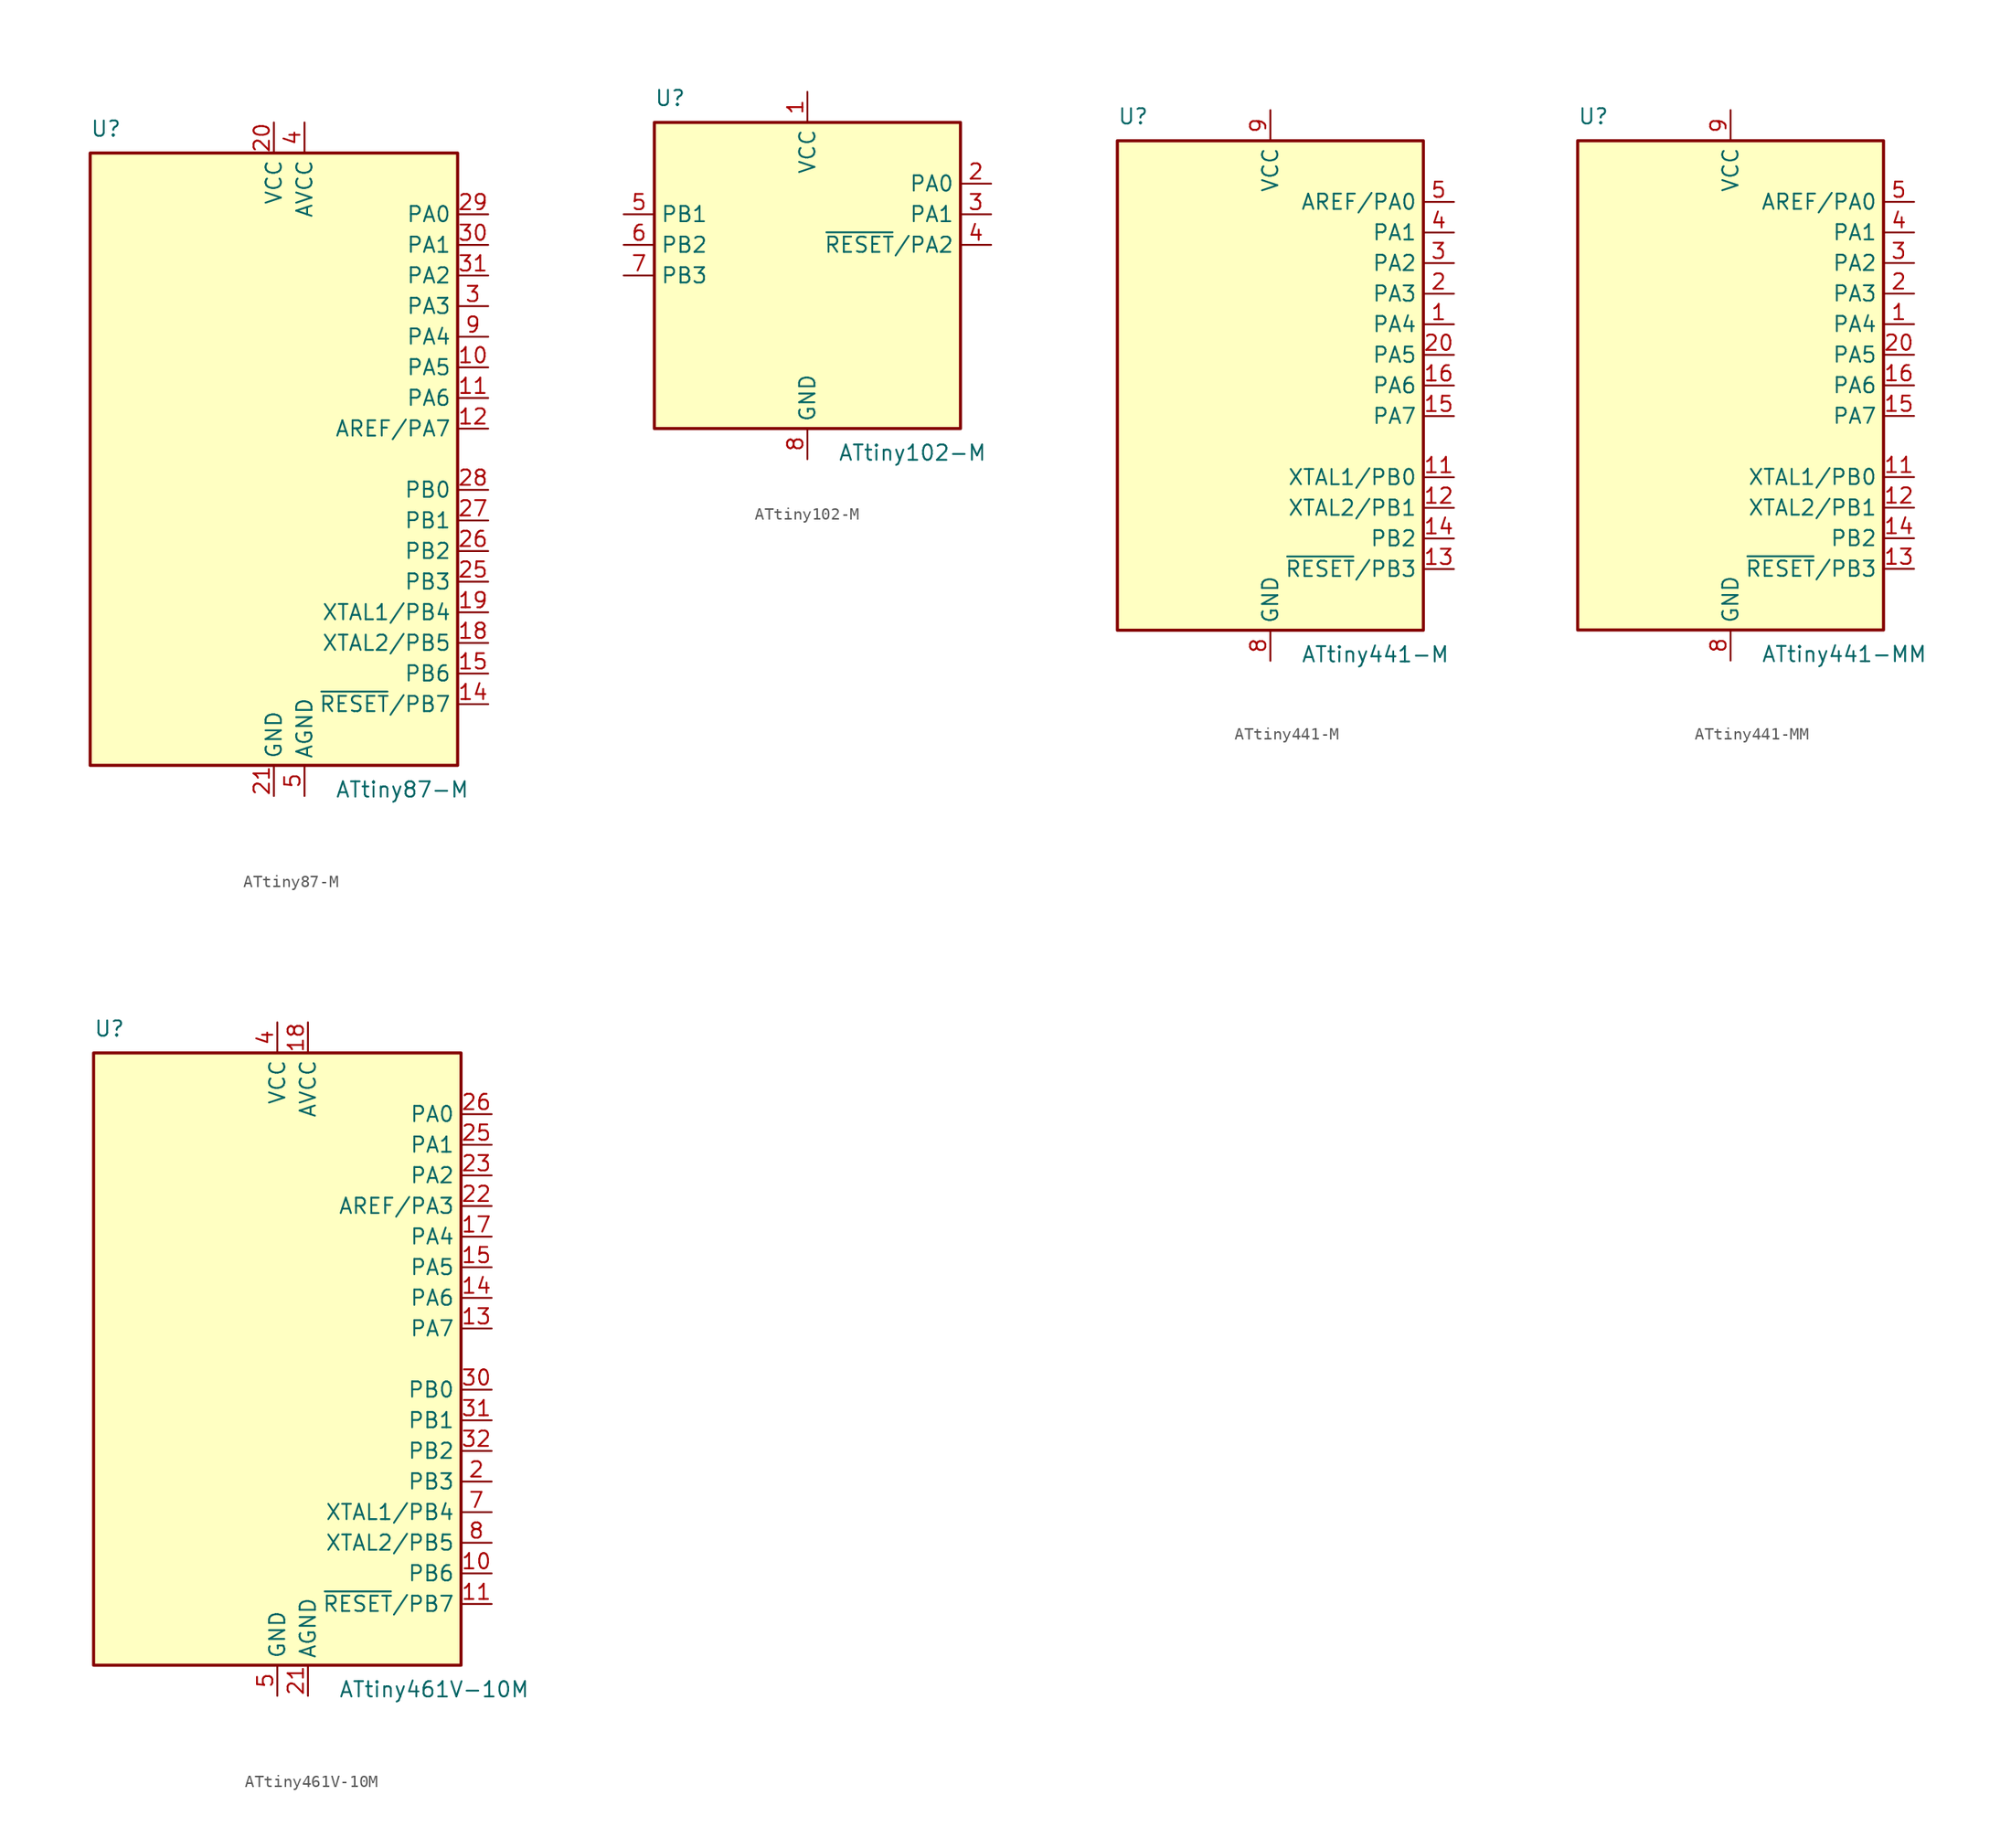
<source format=kicad_sym>
(kicad_symbol_lib
  (version 20200908)
  (generator kicad_symbol_editor)
  (symbol "MCU_Microchip_ATtiny:ATtiny87-M"
    (property "Reference" "U"
      (at -15.24 26.67 0)
      (effects (font (size 1.27 1.27)) (justify left bottom)))
    (property "Value" "ATtiny87-M"
      (at 5.08 -26.67 0)
      (effects (font (size 1.27 1.27)) (justify left top)))
    (symbol "ATtiny87-M_0_1"
      (rectangle (start -15.24 -25.4) (end 15.24 25.4) (stroke (width 0.254)) (fill (type background))))
    (symbol "ATtiny87-M_1_1"
      (pin unconnected line (at -15.24 5.08 0) (length 2.54) hide (name "NC" (effects (font (size 1.27 1.27)))) (number "1" (effects (font (size 1.27 1.27)))))
      (pin bidirectional line (at 17.78 7.62 180) (length 2.54) (name "PA5" (effects (font (size 1.27 1.27)))) (number "10" (effects (font (size 1.27 1.27)))))
      (pin bidirectional line (at 17.78 5.08 180) (length 2.54) (name "PA6" (effects (font (size 1.27 1.27)))) (number "11" (effects (font (size 1.27 1.27)))))
      (pin bidirectional line (at 17.78 2.54 180) (length 2.54) (name "AREF/PA7" (effects (font (size 1.27 1.27)))) (number "12" (effects (font (size 1.27 1.27)))))
      (pin unconnected line (at -15.24 -7.62 0) (length 2.54) hide (name "NC" (effects (font (size 1.27 1.27)))) (number "13" (effects (font (size 1.27 1.27)))))
      (pin bidirectional line (at 17.78 -20.32 180) (length 2.54) (name "~RESET~/PB7" (effects (font (size 1.27 1.27)))) (number "14" (effects (font (size 1.27 1.27)))))
      (pin bidirectional line (at 17.78 -17.78 180) (length 2.54) (name "PB6" (effects (font (size 1.27 1.27)))) (number "15" (effects (font (size 1.27 1.27)))))
      (pin unconnected line (at -15.24 -10.16 0) (length 2.54) hide (name "NC" (effects (font (size 1.27 1.27)))) (number "16" (effects (font (size 1.27 1.27)))))
      (pin unconnected line (at -15.24 -12.7 0) (length 2.54) hide (name "NC" (effects (font (size 1.27 1.27)))) (number "17" (effects (font (size 1.27 1.27)))))
      (pin bidirectional line (at 17.78 -15.24 180) (length 2.54) (name "XTAL2/PB5" (effects (font (size 1.27 1.27)))) (number "18" (effects (font (size 1.27 1.27)))))
      (pin bidirectional line (at 17.78 -12.7 180) (length 2.54) (name "XTAL1/PB4" (effects (font (size 1.27 1.27)))) (number "19" (effects (font (size 1.27 1.27)))))
      (pin unconnected line (at -15.24 2.54 0) (length 2.54) hide (name "NC" (effects (font (size 1.27 1.27)))) (number "2" (effects (font (size 1.27 1.27)))))
      (pin power_in line (at 0 27.94 270) (length 2.54) (name "VCC" (effects (font (size 1.27 1.27)))) (number "20" (effects (font (size 1.27 1.27)))))
      (pin power_in line (at 0 -27.94 90) (length 2.54) (name "GND" (effects (font (size 1.27 1.27)))) (number "21" (effects (font (size 1.27 1.27)))))
      (pin unconnected line (at -15.24 -15.24 0) (length 2.54) hide (name "NC" (effects (font (size 1.27 1.27)))) (number "22" (effects (font (size 1.27 1.27)))))
      (pin unconnected line (at -15.24 -17.78 0) (length 2.54) hide (name "NC" (effects (font (size 1.27 1.27)))) (number "23" (effects (font (size 1.27 1.27)))))
      (pin unconnected line (at -15.24 -20.32 0) (length 2.54) hide (name "NC" (effects (font (size 1.27 1.27)))) (number "24" (effects (font (size 1.27 1.27)))))
      (pin bidirectional line (at 17.78 -10.16 180) (length 2.54) (name "PB3" (effects (font (size 1.27 1.27)))) (number "25" (effects (font (size 1.27 1.27)))))
      (pin bidirectional line (at 17.78 -7.62 180) (length 2.54) (name "PB2" (effects (font (size 1.27 1.27)))) (number "26" (effects (font (size 1.27 1.27)))))
      (pin bidirectional line (at 17.78 -5.08 180) (length 2.54) (name "PB1" (effects (font (size 1.27 1.27)))) (number "27" (effects (font (size 1.27 1.27)))))
      (pin bidirectional line (at 17.78 -2.54 180) (length 2.54) (name "PB0" (effects (font (size 1.27 1.27)))) (number "28" (effects (font (size 1.27 1.27)))))
      (pin bidirectional line (at 17.78 20.32 180) (length 2.54) (name "PA0" (effects (font (size 1.27 1.27)))) (number "29" (effects (font (size 1.27 1.27)))))
      (pin bidirectional line (at 17.78 12.7 180) (length 2.54) (name "PA3" (effects (font (size 1.27 1.27)))) (number "3" (effects (font (size 1.27 1.27)))))
      (pin bidirectional line (at 17.78 17.78 180) (length 2.54) (name "PA1" (effects (font (size 1.27 1.27)))) (number "30" (effects (font (size 1.27 1.27)))))
      (pin bidirectional line (at 17.78 15.24 180) (length 2.54) (name "PA2" (effects (font (size 1.27 1.27)))) (number "31" (effects (font (size 1.27 1.27)))))
      (pin unconnected line (at -15.24 -22.86 0) (length 2.54) hide (name "NC" (effects (font (size 1.27 1.27)))) (number "32" (effects (font (size 1.27 1.27)))))
      (pin passive line (at 0 -27.94 90) (length 2.54) hide (name "GND" (effects (font (size 1.27 1.27)))) (number "33" (effects (font (size 1.27 1.27)))))
      (pin power_in line (at 2.54 27.94 270) (length 2.54) (name "AVCC" (effects (font (size 1.27 1.27)))) (number "4" (effects (font (size 1.27 1.27)))))
      (pin power_in line (at 2.54 -27.94 90) (length 2.54) (name "AGND" (effects (font (size 1.27 1.27)))) (number "5" (effects (font (size 1.27 1.27)))))
      (pin unconnected line (at -15.24 0 0) (length 2.54) hide (name "NC" (effects (font (size 1.27 1.27)))) (number "6" (effects (font (size 1.27 1.27)))))
      (pin unconnected line (at -15.24 -2.54 0) (length 2.54) hide (name "NC" (effects (font (size 1.27 1.27)))) (number "7" (effects (font (size 1.27 1.27)))))
      (pin unconnected line (at -15.24 -5.08 0) (length 2.54) hide (name "NC" (effects (font (size 1.27 1.27)))) (number "8" (effects (font (size 1.27 1.27)))))
      (pin bidirectional line (at 17.78 10.16 180) (length 2.54) (name "PA4" (effects (font (size 1.27 1.27)))) (number "9" (effects (font (size 1.27 1.27)))))))
  (symbol "MCU_Microchip_ATtiny:ATtiny102-M"
    (property "Reference" "U"
      (at -12.7 13.97 0)
      (effects (font (size 1.27 1.27)) (justify left bottom)))
    (property "Value" "ATtiny102-M"
      (at 2.54 -13.97 0)
      (effects (font (size 1.27 1.27)) (justify left top)))
    (symbol "ATtiny102-M_0_1"
      (rectangle (start -12.7 -12.7) (end 12.7 12.7) (stroke (width 0.254)) (fill (type background))))
    (symbol "ATtiny102-M_1_1"
      (pin power_in line (at 0 15.24 270) (length 2.54) (name "VCC" (effects (font (size 1.27 1.27)))) (number "1" (effects (font (size 1.27 1.27)))))
      (pin bidirectional line (at 15.24 7.62 180) (length 2.54) (name "PA0" (effects (font (size 1.27 1.27)))) (number "2" (effects (font (size 1.27 1.27)))))
      (pin bidirectional line (at 15.24 5.08 180) (length 2.54) (name "PA1" (effects (font (size 1.27 1.27)))) (number "3" (effects (font (size 1.27 1.27)))))
      (pin bidirectional line (at 15.24 2.54 180) (length 2.54) (name "~RESET~/PA2" (effects (font (size 1.27 1.27)))) (number "4" (effects (font (size 1.27 1.27)))))
      (pin bidirectional line (at -15.24 5.08 0) (length 2.54) (name "PB1" (effects (font (size 1.27 1.27)))) (number "5" (effects (font (size 1.27 1.27)))))
      (pin bidirectional line (at -15.24 2.54 0) (length 2.54) (name "PB2" (effects (font (size 1.27 1.27)))) (number "6" (effects (font (size 1.27 1.27)))))
      (pin bidirectional line (at -15.24 0 0) (length 2.54) (name "PB3" (effects (font (size 1.27 1.27)))) (number "7" (effects (font (size 1.27 1.27)))))
      (pin power_in line (at 0 -15.24 90) (length 2.54) (name "GND" (effects (font (size 1.27 1.27)))) (number "8" (effects (font (size 1.27 1.27)))))
      (pin unconnected line (at -12.7 -7.62 0) (length 2.54) hide (name "NC" (effects (font (size 1.27 1.27)))) (number "9" (effects (font (size 1.27 1.27)))))))
  (symbol "MCU_Microchip_ATtiny:ATtiny441-M"
    (property "Reference" "U"
      (at -12.7 21.59 0)
      (effects (font (size 1.27 1.27)) (justify left bottom)))
    (property "Value" "ATtiny441-M"
      (at 2.54 -21.59 0)
      (effects (font (size 1.27 1.27)) (justify left top)))
    (symbol "ATtiny441-M_0_1"
      (rectangle (start -12.7 -20.32) (end 12.7 20.32) (stroke (width 0.254)) (fill (type background))))
    (symbol "ATtiny441-M_1_1"
      (pin bidirectional line (at 15.24 5.08 180) (length 2.54) (name "PA4" (effects (font (size 1.27 1.27)))) (number "1" (effects (font (size 1.27 1.27)))))
      (pin unconnected line (at -12.7 -10.16 0) (length 2.54) hide (name "NC" (effects (font (size 1.27 1.27)))) (number "10" (effects (font (size 1.27 1.27)))))
      (pin bidirectional line (at 15.24 -7.62 180) (length 2.54) (name "XTAL1/PB0" (effects (font (size 1.27 1.27)))) (number "11" (effects (font (size 1.27 1.27)))))
      (pin bidirectional line (at 15.24 -10.16 180) (length 2.54) (name "XTAL2/PB1" (effects (font (size 1.27 1.27)))) (number "12" (effects (font (size 1.27 1.27)))))
      (pin bidirectional line (at 15.24 -15.24 180) (length 2.54) (name "~RESET~/PB3" (effects (font (size 1.27 1.27)))) (number "13" (effects (font (size 1.27 1.27)))))
      (pin bidirectional line (at 15.24 -12.7 180) (length 2.54) (name "PB2" (effects (font (size 1.27 1.27)))) (number "14" (effects (font (size 1.27 1.27)))))
      (pin bidirectional line (at 15.24 -2.54 180) (length 2.54) (name "PA7" (effects (font (size 1.27 1.27)))) (number "15" (effects (font (size 1.27 1.27)))))
      (pin bidirectional line (at 15.24 0 180) (length 2.54) (name "PA6" (effects (font (size 1.27 1.27)))) (number "16" (effects (font (size 1.27 1.27)))))
      (pin unconnected line (at -12.7 -12.7 0) (length 2.54) hide (name "NC" (effects (font (size 1.27 1.27)))) (number "17" (effects (font (size 1.27 1.27)))))
      (pin unconnected line (at -12.7 -15.24 0) (length 2.54) hide (name "NC" (effects (font (size 1.27 1.27)))) (number "18" (effects (font (size 1.27 1.27)))))
      (pin unconnected line (at -12.7 -17.78 0) (length 2.54) hide (name "NC" (effects (font (size 1.27 1.27)))) (number "19" (effects (font (size 1.27 1.27)))))
      (pin bidirectional line (at 15.24 7.62 180) (length 2.54) (name "PA3" (effects (font (size 1.27 1.27)))) (number "2" (effects (font (size 1.27 1.27)))))
      (pin bidirectional line (at 15.24 2.54 180) (length 2.54) (name "PA5" (effects (font (size 1.27 1.27)))) (number "20" (effects (font (size 1.27 1.27)))))
      (pin passive line (at 0 -22.86 90) (length 2.54) hide (name "GND" (effects (font (size 1.27 1.27)))) (number "21" (effects (font (size 1.27 1.27)))))
      (pin bidirectional line (at 15.24 10.16 180) (length 2.54) (name "PA2" (effects (font (size 1.27 1.27)))) (number "3" (effects (font (size 1.27 1.27)))))
      (pin bidirectional line (at 15.24 12.7 180) (length 2.54) (name "PA1" (effects (font (size 1.27 1.27)))) (number "4" (effects (font (size 1.27 1.27)))))
      (pin bidirectional line (at 15.24 15.24 180) (length 2.54) (name "AREF/PA0" (effects (font (size 1.27 1.27)))) (number "5" (effects (font (size 1.27 1.27)))))
      (pin unconnected line (at -12.7 -5.08 0) (length 2.54) hide (name "NC" (effects (font (size 1.27 1.27)))) (number "6" (effects (font (size 1.27 1.27)))))
      (pin unconnected line (at -12.7 -7.62 0) (length 2.54) hide (name "NC" (effects (font (size 1.27 1.27)))) (number "7" (effects (font (size 1.27 1.27)))))
      (pin power_in line (at 0 -22.86 90) (length 2.54) (name "GND" (effects (font (size 1.27 1.27)))) (number "8" (effects (font (size 1.27 1.27)))))
      (pin power_in line (at 0 22.86 270) (length 2.54) (name "VCC" (effects (font (size 1.27 1.27)))) (number "9" (effects (font (size 1.27 1.27)))))))
  (symbol "MCU_Microchip_ATtiny:ATtiny441-MM"
    (property "Reference" "U"
      (at -12.7 21.59 0)
      (effects (font (size 1.27 1.27)) (justify left bottom)))
    (property "Value" "ATtiny441-MM"
      (at 2.54 -21.59 0)
      (effects (font (size 1.27 1.27)) (justify left top)))
    (symbol "ATtiny441-MM_0_1"
      (rectangle (start -12.7 -20.32) (end 12.7 20.32) (stroke (width 0.254)) (fill (type background))))
    (symbol "ATtiny441-MM_1_1"
      (pin bidirectional line (at 15.24 5.08 180) (length 2.54) (name "PA4" (effects (font (size 1.27 1.27)))) (number "1" (effects (font (size 1.27 1.27)))))
      (pin unconnected line (at -12.7 -10.16 0) (length 2.54) hide (name "NC" (effects (font (size 1.27 1.27)))) (number "10" (effects (font (size 1.27 1.27)))))
      (pin bidirectional line (at 15.24 -7.62 180) (length 2.54) (name "XTAL1/PB0" (effects (font (size 1.27 1.27)))) (number "11" (effects (font (size 1.27 1.27)))))
      (pin bidirectional line (at 15.24 -10.16 180) (length 2.54) (name "XTAL2/PB1" (effects (font (size 1.27 1.27)))) (number "12" (effects (font (size 1.27 1.27)))))
      (pin bidirectional line (at 15.24 -15.24 180) (length 2.54) (name "~RESET~/PB3" (effects (font (size 1.27 1.27)))) (number "13" (effects (font (size 1.27 1.27)))))
      (pin bidirectional line (at 15.24 -12.7 180) (length 2.54) (name "PB2" (effects (font (size 1.27 1.27)))) (number "14" (effects (font (size 1.27 1.27)))))
      (pin bidirectional line (at 15.24 -2.54 180) (length 2.54) (name "PA7" (effects (font (size 1.27 1.27)))) (number "15" (effects (font (size 1.27 1.27)))))
      (pin bidirectional line (at 15.24 0 180) (length 2.54) (name "PA6" (effects (font (size 1.27 1.27)))) (number "16" (effects (font (size 1.27 1.27)))))
      (pin unconnected line (at -12.7 -12.7 0) (length 2.54) hide (name "NC" (effects (font (size 1.27 1.27)))) (number "17" (effects (font (size 1.27 1.27)))))
      (pin unconnected line (at -12.7 -15.24 0) (length 2.54) hide (name "NC" (effects (font (size 1.27 1.27)))) (number "18" (effects (font (size 1.27 1.27)))))
      (pin unconnected line (at -12.7 -17.78 0) (length 2.54) hide (name "NC" (effects (font (size 1.27 1.27)))) (number "19" (effects (font (size 1.27 1.27)))))
      (pin bidirectional line (at 15.24 7.62 180) (length 2.54) (name "PA3" (effects (font (size 1.27 1.27)))) (number "2" (effects (font (size 1.27 1.27)))))
      (pin bidirectional line (at 15.24 2.54 180) (length 2.54) (name "PA5" (effects (font (size 1.27 1.27)))) (number "20" (effects (font (size 1.27 1.27)))))
      (pin passive line (at 0 -22.86 90) (length 2.54) hide (name "GND" (effects (font (size 1.27 1.27)))) (number "21" (effects (font (size 1.27 1.27)))))
      (pin bidirectional line (at 15.24 10.16 180) (length 2.54) (name "PA2" (effects (font (size 1.27 1.27)))) (number "3" (effects (font (size 1.27 1.27)))))
      (pin bidirectional line (at 15.24 12.7 180) (length 2.54) (name "PA1" (effects (font (size 1.27 1.27)))) (number "4" (effects (font (size 1.27 1.27)))))
      (pin bidirectional line (at 15.24 15.24 180) (length 2.54) (name "AREF/PA0" (effects (font (size 1.27 1.27)))) (number "5" (effects (font (size 1.27 1.27)))))
      (pin unconnected line (at -12.7 -5.08 0) (length 2.54) hide (name "NC" (effects (font (size 1.27 1.27)))) (number "6" (effects (font (size 1.27 1.27)))))
      (pin unconnected line (at -12.7 -7.62 0) (length 2.54) hide (name "NC" (effects (font (size 1.27 1.27)))) (number "7" (effects (font (size 1.27 1.27)))))
      (pin power_in line (at 0 -22.86 90) (length 2.54) (name "GND" (effects (font (size 1.27 1.27)))) (number "8" (effects (font (size 1.27 1.27)))))
      (pin power_in line (at 0 22.86 270) (length 2.54) (name "VCC" (effects (font (size 1.27 1.27)))) (number "9" (effects (font (size 1.27 1.27)))))))
  (symbol "MCU_Microchip_ATtiny:ATtiny461V-10M"
    (property "Reference" "U"
      (at -15.24 26.67 0)
      (effects (font (size 1.27 1.27)) (justify left bottom)))
    (property "Value" "ATtiny461V-10M"
      (at 5.08 -26.67 0)
      (effects (font (size 1.27 1.27)) (justify left top)))
    (symbol "ATtiny461V-10M_0_1"
      (rectangle (start -15.24 -25.4) (end 15.24 25.4) (stroke (width 0.254)) (fill (type background))))
    (symbol "ATtiny461V-10M_1_1"
      (pin unconnected line (at -15.24 5.08 0) (length 2.54) hide (name "NC" (effects (font (size 1.27 1.27)))) (number "1" (effects (font (size 1.27 1.27)))))
      (pin bidirectional line (at 17.78 -17.78 180) (length 2.54) (name "PB6" (effects (font (size 1.27 1.27)))) (number "10" (effects (font (size 1.27 1.27)))))
      (pin bidirectional line (at 17.78 -20.32 180) (length 2.54) (name "~RESET~/PB7" (effects (font (size 1.27 1.27)))) (number "11" (effects (font (size 1.27 1.27)))))
      (pin unconnected line (at -15.24 -5.08 0) (length 2.54) hide (name "NC" (effects (font (size 1.27 1.27)))) (number "12" (effects (font (size 1.27 1.27)))))
      (pin bidirectional line (at 17.78 2.54 180) (length 2.54) (name "PA7" (effects (font (size 1.27 1.27)))) (number "13" (effects (font (size 1.27 1.27)))))
      (pin bidirectional line (at 17.78 5.08 180) (length 2.54) (name "PA6" (effects (font (size 1.27 1.27)))) (number "14" (effects (font (size 1.27 1.27)))))
      (pin bidirectional line (at 17.78 7.62 180) (length 2.54) (name "PA5" (effects (font (size 1.27 1.27)))) (number "15" (effects (font (size 1.27 1.27)))))
      (pin unconnected line (at -15.24 -7.62 0) (length 2.54) hide (name "NC" (effects (font (size 1.27 1.27)))) (number "16" (effects (font (size 1.27 1.27)))))
      (pin bidirectional line (at 17.78 10.16 180) (length 2.54) (name "PA4" (effects (font (size 1.27 1.27)))) (number "17" (effects (font (size 1.27 1.27)))))
      (pin power_in line (at 2.54 27.94 270) (length 2.54) (name "AVCC" (effects (font (size 1.27 1.27)))) (number "18" (effects (font (size 1.27 1.27)))))
      (pin unconnected line (at -15.24 -10.16 0) (length 2.54) hide (name "NC" (effects (font (size 1.27 1.27)))) (number "19" (effects (font (size 1.27 1.27)))))
      (pin bidirectional line (at 17.78 -10.16 180) (length 2.54) (name "PB3" (effects (font (size 1.27 1.27)))) (number "2" (effects (font (size 1.27 1.27)))))
      (pin unconnected line (at -15.24 -12.7 0) (length 2.54) hide (name "NC" (effects (font (size 1.27 1.27)))) (number "20" (effects (font (size 1.27 1.27)))))
      (pin power_in line (at 2.54 -27.94 90) (length 2.54) (name "AGND" (effects (font (size 1.27 1.27)))) (number "21" (effects (font (size 1.27 1.27)))))
      (pin bidirectional line (at 17.78 12.7 180) (length 2.54) (name "AREF/PA3" (effects (font (size 1.27 1.27)))) (number "22" (effects (font (size 1.27 1.27)))))
      (pin bidirectional line (at 17.78 15.24 180) (length 2.54) (name "PA2" (effects (font (size 1.27 1.27)))) (number "23" (effects (font (size 1.27 1.27)))))
      (pin unconnected line (at -15.24 -15.24 0) (length 2.54) hide (name "NC" (effects (font (size 1.27 1.27)))) (number "24" (effects (font (size 1.27 1.27)))))
      (pin bidirectional line (at 17.78 17.78 180) (length 2.54) (name "PA1" (effects (font (size 1.27 1.27)))) (number "25" (effects (font (size 1.27 1.27)))))
      (pin bidirectional line (at 17.78 20.32 180) (length 2.54) (name "PA0" (effects (font (size 1.27 1.27)))) (number "26" (effects (font (size 1.27 1.27)))))
      (pin unconnected line (at -15.24 -17.78 0) (length 2.54) hide (name "NC" (effects (font (size 1.27 1.27)))) (number "27" (effects (font (size 1.27 1.27)))))
      (pin unconnected line (at -15.24 -20.32 0) (length 2.54) hide (name "NC" (effects (font (size 1.27 1.27)))) (number "28" (effects (font (size 1.27 1.27)))))
      (pin unconnected line (at -15.24 -22.86 0) (length 2.54) hide (name "NC" (effects (font (size 1.27 1.27)))) (number "29" (effects (font (size 1.27 1.27)))))
      (pin unconnected line (at -15.24 2.54 0) (length 2.54) hide (name "NC" (effects (font (size 1.27 1.27)))) (number "3" (effects (font (size 1.27 1.27)))))
      (pin bidirectional line (at 17.78 -2.54 180) (length 2.54) (name "PB0" (effects (font (size 1.27 1.27)))) (number "30" (effects (font (size 1.27 1.27)))))
      (pin bidirectional line (at 17.78 -5.08 180) (length 2.54) (name "PB1" (effects (font (size 1.27 1.27)))) (number "31" (effects (font (size 1.27 1.27)))))
      (pin bidirectional line (at 17.78 -7.62 180) (length 2.54) (name "PB2" (effects (font (size 1.27 1.27)))) (number "32" (effects (font (size 1.27 1.27)))))
      (pin passive line (at 0 -27.94 90) (length 2.54) hide (name "GND" (effects (font (size 1.27 1.27)))) (number "33" (effects (font (size 1.27 1.27)))))
      (pin power_in line (at 0 27.94 270) (length 2.54) (name "VCC" (effects (font (size 1.27 1.27)))) (number "4" (effects (font (size 1.27 1.27)))))
      (pin power_in line (at 0 -27.94 90) (length 2.54) (name "GND" (effects (font (size 1.27 1.27)))) (number "5" (effects (font (size 1.27 1.27)))))
      (pin unconnected line (at -15.24 0 0) (length 2.54) hide (name "NC" (effects (font (size 1.27 1.27)))) (number "6" (effects (font (size 1.27 1.27)))))
      (pin bidirectional line (at 17.78 -12.7 180) (length 2.54) (name "XTAL1/PB4" (effects (font (size 1.27 1.27)))) (number "7" (effects (font (size 1.27 1.27)))))
      (pin bidirectional line (at 17.78 -15.24 180) (length 2.54) (name "XTAL2/PB5" (effects (font (size 1.27 1.27)))) (number "8" (effects (font (size 1.27 1.27)))))
      (pin unconnected line (at -15.24 -2.54 0) (length 2.54) hide (name "NC" (effects (font (size 1.27 1.27)))) (number "9" (effects (font (size 1.27 1.27))))))))
</source>
